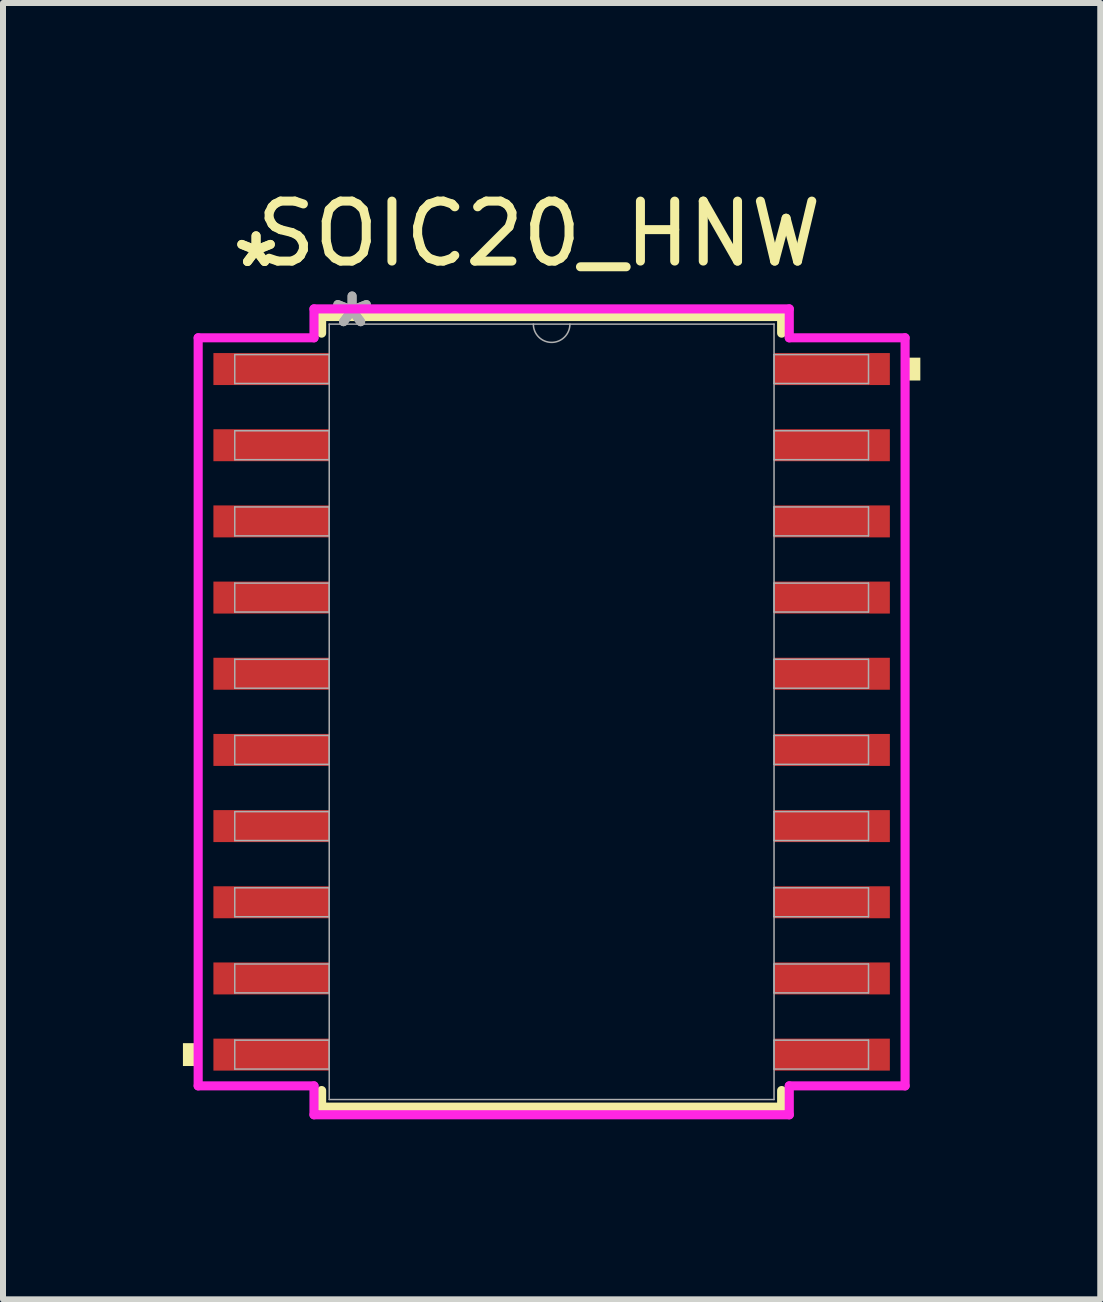
<source format=kicad_pcb>
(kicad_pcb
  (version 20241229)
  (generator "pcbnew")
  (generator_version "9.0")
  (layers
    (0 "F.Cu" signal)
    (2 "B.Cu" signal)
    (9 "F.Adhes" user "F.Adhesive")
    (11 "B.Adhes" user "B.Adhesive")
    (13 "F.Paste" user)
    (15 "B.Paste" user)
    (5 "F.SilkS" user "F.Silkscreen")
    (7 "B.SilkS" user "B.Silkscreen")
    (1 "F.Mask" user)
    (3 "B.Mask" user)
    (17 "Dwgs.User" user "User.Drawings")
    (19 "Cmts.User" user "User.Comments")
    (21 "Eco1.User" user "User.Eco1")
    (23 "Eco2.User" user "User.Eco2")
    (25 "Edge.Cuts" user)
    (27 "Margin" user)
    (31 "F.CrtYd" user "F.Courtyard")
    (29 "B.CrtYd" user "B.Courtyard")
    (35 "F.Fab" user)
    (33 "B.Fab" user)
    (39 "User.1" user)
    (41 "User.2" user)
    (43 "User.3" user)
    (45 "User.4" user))
  (footprint "SOIC20_HNW"
    (layer "F.Cu")
    (at 6.147 8.818)
    (property "Reference" "SOIC20_HNW" (at -0.21 -7.97 0) (unlocked yes) (layer "F.SilkS") (effects (font (size 1 1) (thickness 0.15))))
    (attr smd)
    (fp_line (start -3.835 -6.591) (end -3.835 -6.314) (stroke (width 0.152) (type solid)) (layer "F.SilkS"))
    (fp_line (start -3.835 6.314) (end -3.835 6.591) (stroke (width 0.152) (type solid)) (layer "F.SilkS"))
    (fp_line (start -3.835 6.591) (end 3.835 6.591) (stroke (width 0.152) (type solid)) (layer "F.SilkS"))
    (fp_line (start 3.835 -6.591) (end -3.835 -6.591) (stroke (width 0.152) (type solid)) (layer "F.SilkS"))
    (fp_line (start 3.835 -6.314) (end 3.835 -6.591) (stroke (width 0.152) (type solid)) (layer "F.SilkS"))
    (fp_line (start 3.835 6.591) (end 3.835 6.314) (stroke (width 0.152) (type solid)) (layer "F.SilkS"))
    (fp_poly (pts (xy -6.147 5.524) (xy -6.147 5.905) (xy -5.893 5.905) (xy -5.893 5.524)) (stroke (width 0) (type solid)) (fill yes) (layer "F.SilkS"))
    (fp_poly (pts (xy 6.147 -5.905) (xy 6.147 -5.524) (xy 5.893 -5.524) (xy 5.893 -5.905)) (stroke (width 0) (type solid)) (fill yes) (layer "F.SilkS"))
    (fp_line (start -5.893 -6.236) (end -3.962 -6.236) (stroke (width 0.152) (type solid)) (layer "F.CrtYd"))
    (fp_line (start -5.893 6.236) (end -5.893 -6.236) (stroke (width 0.152) (type solid)) (layer "F.CrtYd"))
    (fp_line (start -5.893 6.236) (end -3.962 6.236) (stroke (width 0.152) (type solid)) (layer "F.CrtYd"))
    (fp_line (start -3.962 -6.718) (end 3.962 -6.718) (stroke (width 0.152) (type solid)) (layer "F.CrtYd"))
    (fp_line (start -3.962 -6.236) (end -3.962 -6.718) (stroke (width 0.152) (type solid)) (layer "F.CrtYd"))
    (fp_line (start -3.962 6.718) (end -3.962 6.236) (stroke (width 0.152) (type solid)) (layer "F.CrtYd"))
    (fp_line (start 3.962 -6.718) (end 3.962 -6.236) (stroke (width 0.152) (type solid)) (layer "F.CrtYd"))
    (fp_line (start 3.962 6.236) (end 3.962 6.718) (stroke (width 0.152) (type solid)) (layer "F.CrtYd"))
    (fp_line (start 3.962 6.718) (end -3.962 6.718) (stroke (width 0.152) (type solid)) (layer "F.CrtYd"))
    (fp_line (start 5.893 -6.236) (end 3.962 -6.236) (stroke (width 0.152) (type solid)) (layer "F.CrtYd"))
    (fp_line (start 5.893 -6.236) (end 5.893 6.236) (stroke (width 0.152) (type solid)) (layer "F.CrtYd"))
    (fp_line (start 5.893 6.236) (end 3.962 6.236) (stroke (width 0.152) (type solid)) (layer "F.CrtYd"))
    (fp_line (start -5.283 -5.956) (end -5.283 -5.474) (stroke (width 0.025) (type solid)) (layer "F.Fab"))
    (fp_line (start -5.283 -5.474) (end -3.708 -5.474) (stroke (width 0.025) (type solid)) (layer "F.Fab"))
    (fp_line (start -5.283 -4.686) (end -5.283 -4.204) (stroke (width 0.025) (type solid)) (layer "F.Fab"))
    (fp_line (start -5.283 -4.204) (end -3.708 -4.204) (stroke (width 0.025) (type solid)) (layer "F.Fab"))
    (fp_line (start -5.283 -3.416) (end -5.283 -2.934) (stroke (width 0.025) (type solid)) (layer "F.Fab"))
    (fp_line (start -5.283 -2.934) (end -3.708 -2.934) (stroke (width 0.025) (type solid)) (layer "F.Fab"))
    (fp_line (start -5.283 -2.146) (end -5.283 -1.664) (stroke (width 0.025) (type solid)) (layer "F.Fab"))
    (fp_line (start -5.283 -1.664) (end -3.708 -1.664) (stroke (width 0.025) (type solid)) (layer "F.Fab"))
    (fp_line (start -5.283 -0.876) (end -5.283 -0.394) (stroke (width 0.025) (type solid)) (layer "F.Fab"))
    (fp_line (start -5.283 -0.394) (end -3.708 -0.394) (stroke (width 0.025) (type solid)) (layer "F.Fab"))
    (fp_line (start -5.283 0.394) (end -5.283 0.876) (stroke (width 0.025) (type solid)) (layer "F.Fab"))
    (fp_line (start -5.283 0.876) (end -3.708 0.876) (stroke (width 0.025) (type solid)) (layer "F.Fab"))
    (fp_line (start -5.283 1.664) (end -5.283 2.146) (stroke (width 0.025) (type solid)) (layer "F.Fab"))
    (fp_line (start -5.283 2.146) (end -3.708 2.146) (stroke (width 0.025) (type solid)) (layer "F.Fab"))
    (fp_line (start -5.283 2.934) (end -5.283 3.416) (stroke (width 0.025) (type solid)) (layer "F.Fab"))
    (fp_line (start -5.283 3.416) (end -3.708 3.416) (stroke (width 0.025) (type solid)) (layer "F.Fab"))
    (fp_line (start -5.283 4.204) (end -5.283 4.686) (stroke (width 0.025) (type solid)) (layer "F.Fab"))
    (fp_line (start -5.283 4.686) (end -3.708 4.686) (stroke (width 0.025) (type solid)) (layer "F.Fab"))
    (fp_line (start -5.283 5.474) (end -5.283 5.956) (stroke (width 0.025) (type solid)) (layer "F.Fab"))
    (fp_line (start -5.283 5.956) (end -3.708 5.956) (stroke (width 0.025) (type solid)) (layer "F.Fab"))
    (fp_line (start -3.708 -6.464) (end -3.708 6.464) (stroke (width 0.025) (type solid)) (layer "F.Fab"))
    (fp_line (start -3.708 -5.956) (end -5.283 -5.956) (stroke (width 0.025) (type solid)) (layer "F.Fab"))
    (fp_line (start -3.708 -5.474) (end -3.708 -5.956) (stroke (width 0.025) (type solid)) (layer "F.Fab"))
    (fp_line (start -3.708 -4.686) (end -5.283 -4.686) (stroke (width 0.025) (type solid)) (layer "F.Fab"))
    (fp_line (start -3.708 -4.204) (end -3.708 -4.686) (stroke (width 0.025) (type solid)) (layer "F.Fab"))
    (fp_line (start -3.708 -3.416) (end -5.283 -3.416) (stroke (width 0.025) (type solid)) (layer "F.Fab"))
    (fp_line (start -3.708 -2.934) (end -3.708 -3.416) (stroke (width 0.025) (type solid)) (layer "F.Fab"))
    (fp_line (start -3.708 -2.146) (end -5.283 -2.146) (stroke (width 0.025) (type solid)) (layer "F.Fab"))
    (fp_line (start -3.708 -1.664) (end -3.708 -2.146) (stroke (width 0.025) (type solid)) (layer "F.Fab"))
    (fp_line (start -3.708 -0.876) (end -5.283 -0.876) (stroke (width 0.025) (type solid)) (layer "F.Fab"))
    (fp_line (start -3.708 -0.394) (end -3.708 -0.876) (stroke (width 0.025) (type solid)) (layer "F.Fab"))
    (fp_line (start -3.708 0.394) (end -5.283 0.394) (stroke (width 0.025) (type solid)) (layer "F.Fab"))
    (fp_line (start -3.708 0.876) (end -3.708 0.394) (stroke (width 0.025) (type solid)) (layer "F.Fab"))
    (fp_line (start -3.708 1.664) (end -5.283 1.664) (stroke (width 0.025) (type solid)) (layer "F.Fab"))
    (fp_line (start -3.708 2.146) (end -3.708 1.664) (stroke (width 0.025) (type solid)) (layer "F.Fab"))
    (fp_line (start -3.708 2.934) (end -5.283 2.934) (stroke (width 0.025) (type solid)) (layer "F.Fab"))
    (fp_line (start -3.708 3.416) (end -3.708 2.934) (stroke (width 0.025) (type solid)) (layer "F.Fab"))
    (fp_line (start -3.708 4.204) (end -5.283 4.204) (stroke (width 0.025) (type solid)) (layer "F.Fab"))
    (fp_line (start -3.708 4.686) (end -3.708 4.204) (stroke (width 0.025) (type solid)) (layer "F.Fab"))
    (fp_line (start -3.708 5.474) (end -5.283 5.474) (stroke (width 0.025) (type solid)) (layer "F.Fab"))
    (fp_line (start -3.708 5.956) (end -3.708 5.474) (stroke (width 0.025) (type solid)) (layer "F.Fab"))
    (fp_line (start -3.708 6.464) (end 3.708 6.464) (stroke (width 0.025) (type solid)) (layer "F.Fab"))
    (fp_line (start 3.708 -6.464) (end -3.708 -6.464) (stroke (width 0.025) (type solid)) (layer "F.Fab"))
    (fp_line (start 3.708 -5.956) (end 3.708 -5.474) (stroke (width 0.025) (type solid)) (layer "F.Fab"))
    (fp_line (start 3.708 -5.474) (end 5.283 -5.474) (stroke (width 0.025) (type solid)) (layer "F.Fab"))
    (fp_line (start 3.708 -4.686) (end 3.708 -4.204) (stroke (width 0.025) (type solid)) (layer "F.Fab"))
    (fp_line (start 3.708 -4.204) (end 5.283 -4.204) (stroke (width 0.025) (type solid)) (layer "F.Fab"))
    (fp_line (start 3.708 -3.416) (end 3.708 -2.934) (stroke (width 0.025) (type solid)) (layer "F.Fab"))
    (fp_line (start 3.708 -2.934) (end 5.283 -2.934) (stroke (width 0.025) (type solid)) (layer "F.Fab"))
    (fp_line (start 3.708 -2.146) (end 3.708 -1.664) (stroke (width 0.025) (type solid)) (layer "F.Fab"))
    (fp_line (start 3.708 -1.664) (end 5.283 -1.664) (stroke (width 0.025) (type solid)) (layer "F.Fab"))
    (fp_line (start 3.708 -0.876) (end 3.708 -0.394) (stroke (width 0.025) (type solid)) (layer "F.Fab"))
    (fp_line (start 3.708 -0.394) (end 5.283 -0.394) (stroke (width 0.025) (type solid)) (layer "F.Fab"))
    (fp_line (start 3.708 0.394) (end 3.708 0.876) (stroke (width 0.025) (type solid)) (layer "F.Fab"))
    (fp_line (start 3.708 0.876) (end 5.283 0.876) (stroke (width 0.025) (type solid)) (layer "F.Fab"))
    (fp_line (start 3.708 1.664) (end 3.708 2.146) (stroke (width 0.025) (type solid)) (layer "F.Fab"))
    (fp_line (start 3.708 2.146) (end 5.283 2.146) (stroke (width 0.025) (type solid)) (layer "F.Fab"))
    (fp_line (start 3.708 2.934) (end 3.708 3.416) (stroke (width 0.025) (type solid)) (layer "F.Fab"))
    (fp_line (start 3.708 3.416) (end 5.283 3.416) (stroke (width 0.025) (type solid)) (layer "F.Fab"))
    (fp_line (start 3.708 4.204) (end 3.708 4.686) (stroke (width 0.025) (type solid)) (layer "F.Fab"))
    (fp_line (start 3.708 4.686) (end 5.283 4.686) (stroke (width 0.025) (type solid)) (layer "F.Fab"))
    (fp_line (start 3.708 5.474) (end 3.708 5.956) (stroke (width 0.025) (type solid)) (layer "F.Fab"))
    (fp_line (start 3.708 5.956) (end 5.283 5.956) (stroke (width 0.025) (type solid)) (layer "F.Fab"))
    (fp_line (start 3.708 6.464) (end 3.708 -6.464) (stroke (width 0.025) (type solid)) (layer "F.Fab"))
    (fp_line (start 5.283 -5.956) (end 3.708 -5.956) (stroke (width 0.025) (type solid)) (layer "F.Fab"))
    (fp_line (start 5.283 -5.474) (end 5.283 -5.956) (stroke (width 0.025) (type solid)) (layer "F.Fab"))
    (fp_line (start 5.283 -4.686) (end 3.708 -4.686) (stroke (width 0.025) (type solid)) (layer "F.Fab"))
    (fp_line (start 5.283 -4.204) (end 5.283 -4.686) (stroke (width 0.025) (type solid)) (layer "F.Fab"))
    (fp_line (start 5.283 -3.416) (end 3.708 -3.416) (stroke (width 0.025) (type solid)) (layer "F.Fab"))
    (fp_line (start 5.283 -2.934) (end 5.283 -3.416) (stroke (width 0.025) (type solid)) (layer "F.Fab"))
    (fp_line (start 5.283 -2.146) (end 3.708 -2.146) (stroke (width 0.025) (type solid)) (layer "F.Fab"))
    (fp_line (start 5.283 -1.664) (end 5.283 -2.146) (stroke (width 0.025) (type solid)) (layer "F.Fab"))
    (fp_line (start 5.283 -0.876) (end 3.708 -0.876) (stroke (width 0.025) (type solid)) (layer "F.Fab"))
    (fp_line (start 5.283 -0.394) (end 5.283 -0.876) (stroke (width 0.025) (type solid)) (layer "F.Fab"))
    (fp_line (start 5.283 0.394) (end 3.708 0.394) (stroke (width 0.025) (type solid)) (layer "F.Fab"))
    (fp_line (start 5.283 0.876) (end 5.283 0.394) (stroke (width 0.025) (type solid)) (layer "F.Fab"))
    (fp_line (start 5.283 1.664) (end 3.708 1.664) (stroke (width 0.025) (type solid)) (layer "F.Fab"))
    (fp_line (start 5.283 2.146) (end 5.283 1.664) (stroke (width 0.025) (type solid)) (layer "F.Fab"))
    (fp_line (start 5.283 2.934) (end 3.708 2.934) (stroke (width 0.025) (type solid)) (layer "F.Fab"))
    (fp_line (start 5.283 3.416) (end 5.283 2.934) (stroke (width 0.025) (type solid)) (layer "F.Fab"))
    (fp_line (start 5.283 4.204) (end 3.708 4.204) (stroke (width 0.025) (type solid)) (layer "F.Fab"))
    (fp_line (start 5.283 4.686) (end 5.283 4.204) (stroke (width 0.025) (type solid)) (layer "F.Fab"))
    (fp_line (start 5.283 5.474) (end 3.708 5.474) (stroke (width 0.025) (type solid)) (layer "F.Fab"))
    (fp_line (start 5.283 5.956) (end 5.283 5.474) (stroke (width 0.025) (type solid)) (layer "F.Fab"))
    (fp_arc (start 0.3048 -6.4643) (mid 0 -6.1595) (end -0.3048 -6.4643) (stroke (width 0.0254) (type solid)) (layer "F.Fab"))
    (fp_text user "*" (at -4.928 -7.391 0) (unlocked yes) (layer "F.SilkS") (effects (font (size 1 1) (thickness 0.15))))
    (fp_text user "*" (at -4.928 -7.391 180) (layer "F.SilkS") (effects (font (size 1 1) (thickness 0.15))))
    (fp_text user "*" (at -3.327 -6.388 180) (layer "F.Fab") (effects (font (size 1 1) (thickness 0.15))))
    (fp_text user "*" (at -3.327 -6.388 0) (unlocked yes) (layer "F.Fab") (effects (font (size 1 1) (thickness 0.15))))
    (pad "1" smd rect (at -4.674 -5.715) (size 1.93 0.533) (layers "F.Cu" "F.Mask" "F.Paste"))
    (pad "2" smd rect (at -4.674 -4.445) (size 1.93 0.533) (layers "F.Cu" "F.Mask" "F.Paste"))
    (pad "3" smd rect (at -4.674 -3.175) (size 1.93 0.533) (layers "F.Cu" "F.Mask" "F.Paste"))
    (pad "4" smd rect (at -4.674 -1.905) (size 1.93 0.533) (layers "F.Cu" "F.Mask" "F.Paste"))
    (pad "5" smd rect (at -4.674 -0.635) (size 1.93 0.533) (layers "F.Cu" "F.Mask" "F.Paste"))
    (pad "6" smd rect (at -4.674 0.635) (size 1.93 0.533) (layers "F.Cu" "F.Mask" "F.Paste"))
    (pad "7" smd rect (at -4.674 1.905) (size 1.93 0.533) (layers "F.Cu" "F.Mask" "F.Paste"))
    (pad "8" smd rect (at -4.674 3.175) (size 1.93 0.533) (layers "F.Cu" "F.Mask" "F.Paste"))
    (pad "9" smd rect (at -4.674 4.445) (size 1.93 0.533) (layers "F.Cu" "F.Mask" "F.Paste"))
    (pad "10" smd rect (at -4.674 5.715) (size 1.93 0.533) (layers "F.Cu" "F.Mask" "F.Paste"))
    (pad "11" smd rect (at 4.674 5.715) (size 1.93 0.533) (layers "F.Cu" "F.Mask" "F.Paste"))
    (pad "12" smd rect (at 4.674 4.445) (size 1.93 0.533) (layers "F.Cu" "F.Mask" "F.Paste"))
    (pad "13" smd rect (at 4.674 3.175) (size 1.93 0.533) (layers "F.Cu" "F.Mask" "F.Paste"))
    (pad "14" smd rect (at 4.674 1.905) (size 1.93 0.533) (layers "F.Cu" "F.Mask" "F.Paste"))
    (pad "15" smd rect (at 4.674 0.635) (size 1.93 0.533) (layers "F.Cu" "F.Mask" "F.Paste"))
    (pad "16" smd rect (at 4.674 -0.635) (size 1.93 0.533) (layers "F.Cu" "F.Mask" "F.Paste"))
    (pad "17" smd rect (at 4.674 -1.905) (size 1.93 0.533) (layers "F.Cu" "F.Mask" "F.Paste"))
    (pad "18" smd rect (at 4.674 -3.175) (size 1.93 0.533) (layers "F.Cu" "F.Mask" "F.Paste"))
    (pad "19" smd rect (at 4.674 -4.445) (size 1.93 0.533) (layers "F.Cu" "F.Mask" "F.Paste"))
    (pad "20" smd rect (at 4.674 -5.715) (size 1.93 0.533) (layers "F.Cu" "F.Mask" "F.Paste")))
  (gr_rect
    (start -3 -3)
    (end 15.294 18.613)
    (stroke (width 0.1) (type default))
    (fill no)
    (layer "Edge.Cuts")))
</source>
